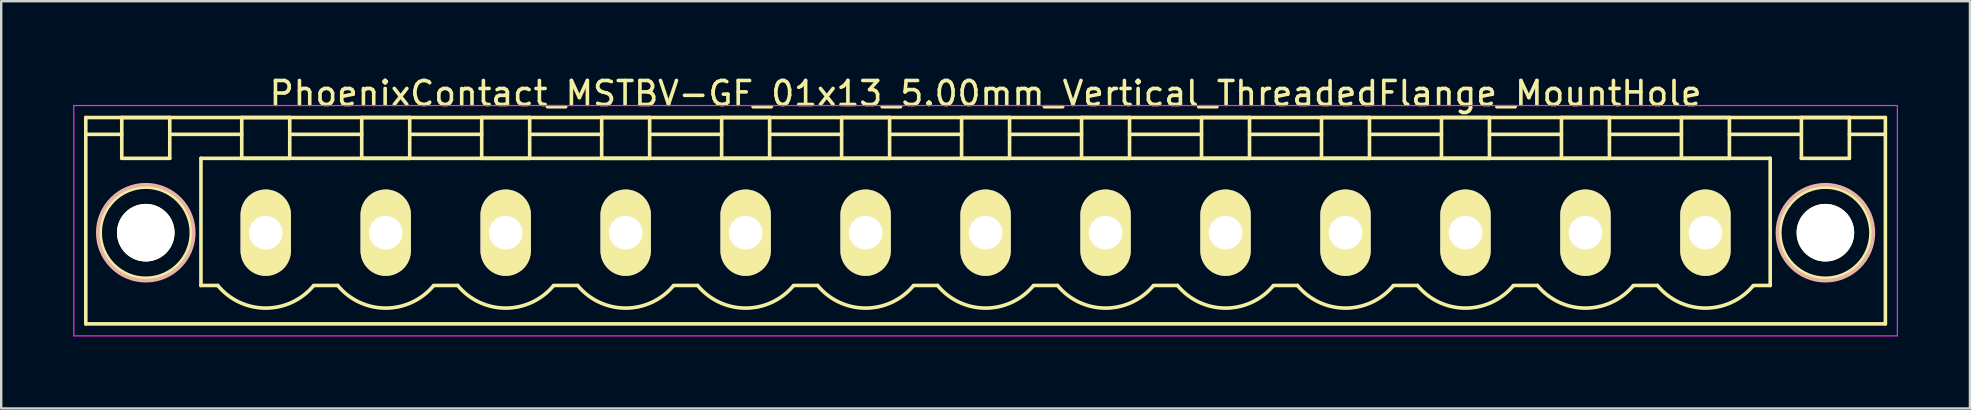
<source format=kicad_pcb>
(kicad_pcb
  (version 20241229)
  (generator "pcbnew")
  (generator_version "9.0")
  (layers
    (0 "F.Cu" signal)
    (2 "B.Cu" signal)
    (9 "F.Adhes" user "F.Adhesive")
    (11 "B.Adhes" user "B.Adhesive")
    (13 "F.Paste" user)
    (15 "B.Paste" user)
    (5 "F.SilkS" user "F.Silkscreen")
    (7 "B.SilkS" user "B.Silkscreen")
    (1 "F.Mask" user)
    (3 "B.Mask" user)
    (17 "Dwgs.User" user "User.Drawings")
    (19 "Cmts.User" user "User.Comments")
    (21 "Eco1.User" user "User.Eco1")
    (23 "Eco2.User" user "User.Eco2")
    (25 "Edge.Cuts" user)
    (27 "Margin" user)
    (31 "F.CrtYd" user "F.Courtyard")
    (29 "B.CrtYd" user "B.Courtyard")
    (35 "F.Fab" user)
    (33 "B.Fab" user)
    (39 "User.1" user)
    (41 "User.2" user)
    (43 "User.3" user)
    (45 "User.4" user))
  (footprint "PhoenixContact_MSTBV-GF_01x13_5.00mm_Vertical_ThreadedFlange_MountHole"
    (layer "F.Cu")
    (at 8.025 6.648)
    (property "Reference" "PhoenixContact_MSTBV-GF_01x13_5.00mm_Vertical_ThreadedFlange_MountHole" (at 30 -5.8 0) (layer "F.SilkS") (effects (font (size 1 1) (thickness 0.15))))
    (attr through_hole)
    (fp_line (start -7.5 -4.8) (end -7.5 3.8) (stroke (width 0.15) (type solid)) (layer "F.SilkS"))
    (fp_line (start -7.5 -4.1) (end -6 -4.1) (stroke (width 0.15) (type solid)) (layer "F.SilkS"))
    (fp_line (start -7.5 3.8) (end 67.5 3.8) (stroke (width 0.15) (type solid)) (layer "F.SilkS"))
    (fp_line (start -6 -4.8) (end -4 -4.8) (stroke (width 0.15) (type solid)) (layer "F.SilkS"))
    (fp_line (start -6 -3.1) (end -6 -4.8) (stroke (width 0.15) (type solid)) (layer "F.SilkS"))
    (fp_line (start -4 -4.8) (end -4 -3.1) (stroke (width 0.15) (type solid)) (layer "F.SilkS"))
    (fp_line (start -4 -4.1) (end -1 -4.1) (stroke (width 0.15) (type solid)) (layer "F.SilkS"))
    (fp_line (start -4 -3.1) (end -6 -3.1) (stroke (width 0.15) (type solid)) (layer "F.SilkS"))
    (fp_line (start -2.7 -3.1) (end 62.7 -3.1) (stroke (width 0.15) (type solid)) (layer "F.SilkS"))
    (fp_line (start -2.7 2.2) (end -2.7 -3.1) (stroke (width 0.15) (type solid)) (layer "F.SilkS"))
    (fp_line (start -2 2.2) (end -2.7 2.2) (stroke (width 0.15) (type solid)) (layer "F.SilkS"))
    (fp_line (start -1 -4.8) (end 1 -4.8) (stroke (width 0.15) (type solid)) (layer "F.SilkS"))
    (fp_line (start -1 -3.1) (end -1 -4.8) (stroke (width 0.15) (type solid)) (layer "F.SilkS"))
    (fp_line (start 1 -4.8) (end 1 -3.1) (stroke (width 0.15) (type solid)) (layer "F.SilkS"))
    (fp_line (start 1 -4.1) (end 4 -4.1) (stroke (width 0.15) (type solid)) (layer "F.SilkS"))
    (fp_line (start 1 -3.1) (end -1 -3.1) (stroke (width 0.15) (type solid)) (layer "F.SilkS"))
    (fp_line (start 2 2.2) (end 3 2.2) (stroke (width 0.15) (type solid)) (layer "F.SilkS"))
    (fp_line (start 4 -4.8) (end 6 -4.8) (stroke (width 0.15) (type solid)) (layer "F.SilkS"))
    (fp_line (start 4 -3.1) (end 4 -4.8) (stroke (width 0.15) (type solid)) (layer "F.SilkS"))
    (fp_line (start 6 -4.8) (end 6 -3.1) (stroke (width 0.15) (type solid)) (layer "F.SilkS"))
    (fp_line (start 6 -4.1) (end 9 -4.1) (stroke (width 0.15) (type solid)) (layer "F.SilkS"))
    (fp_line (start 6 -3.1) (end 4 -3.1) (stroke (width 0.15) (type solid)) (layer "F.SilkS"))
    (fp_line (start 7 2.2) (end 8 2.2) (stroke (width 0.15) (type solid)) (layer "F.SilkS"))
    (fp_line (start 9 -4.8) (end 11 -4.8) (stroke (width 0.15) (type solid)) (layer "F.SilkS"))
    (fp_line (start 9 -3.1) (end 9 -4.8) (stroke (width 0.15) (type solid)) (layer "F.SilkS"))
    (fp_line (start 11 -4.8) (end 11 -3.1) (stroke (width 0.15) (type solid)) (layer "F.SilkS"))
    (fp_line (start 11 -4.1) (end 14 -4.1) (stroke (width 0.15) (type solid)) (layer "F.SilkS"))
    (fp_line (start 11 -3.1) (end 9 -3.1) (stroke (width 0.15) (type solid)) (layer "F.SilkS"))
    (fp_line (start 12 2.2) (end 13 2.2) (stroke (width 0.15) (type solid)) (layer "F.SilkS"))
    (fp_line (start 14 -4.8) (end 16 -4.8) (stroke (width 0.15) (type solid)) (layer "F.SilkS"))
    (fp_line (start 14 -3.1) (end 14 -4.8) (stroke (width 0.15) (type solid)) (layer "F.SilkS"))
    (fp_line (start 16 -4.8) (end 16 -3.1) (stroke (width 0.15) (type solid)) (layer "F.SilkS"))
    (fp_line (start 16 -4.1) (end 19 -4.1) (stroke (width 0.15) (type solid)) (layer "F.SilkS"))
    (fp_line (start 16 -3.1) (end 14 -3.1) (stroke (width 0.15) (type solid)) (layer "F.SilkS"))
    (fp_line (start 17 2.2) (end 18 2.2) (stroke (width 0.15) (type solid)) (layer "F.SilkS"))
    (fp_line (start 19 -4.8) (end 21 -4.8) (stroke (width 0.15) (type solid)) (layer "F.SilkS"))
    (fp_line (start 19 -3.1) (end 19 -4.8) (stroke (width 0.15) (type solid)) (layer "F.SilkS"))
    (fp_line (start 21 -4.8) (end 21 -3.1) (stroke (width 0.15) (type solid)) (layer "F.SilkS"))
    (fp_line (start 21 -4.1) (end 24 -4.1) (stroke (width 0.15) (type solid)) (layer "F.SilkS"))
    (fp_line (start 21 -3.1) (end 19 -3.1) (stroke (width 0.15) (type solid)) (layer "F.SilkS"))
    (fp_line (start 22 2.2) (end 23 2.2) (stroke (width 0.15) (type solid)) (layer "F.SilkS"))
    (fp_line (start 24 -4.8) (end 26 -4.8) (stroke (width 0.15) (type solid)) (layer "F.SilkS"))
    (fp_line (start 24 -3.1) (end 24 -4.8) (stroke (width 0.15) (type solid)) (layer "F.SilkS"))
    (fp_line (start 26 -4.8) (end 26 -3.1) (stroke (width 0.15) (type solid)) (layer "F.SilkS"))
    (fp_line (start 26 -4.1) (end 29 -4.1) (stroke (width 0.15) (type solid)) (layer "F.SilkS"))
    (fp_line (start 26 -3.1) (end 24 -3.1) (stroke (width 0.15) (type solid)) (layer "F.SilkS"))
    (fp_line (start 27 2.2) (end 28 2.2) (stroke (width 0.15) (type solid)) (layer "F.SilkS"))
    (fp_line (start 29 -4.8) (end 31 -4.8) (stroke (width 0.15) (type solid)) (layer "F.SilkS"))
    (fp_line (start 29 -3.1) (end 29 -4.8) (stroke (width 0.15) (type solid)) (layer "F.SilkS"))
    (fp_line (start 31 -4.8) (end 31 -3.1) (stroke (width 0.15) (type solid)) (layer "F.SilkS"))
    (fp_line (start 31 -4.1) (end 34 -4.1) (stroke (width 0.15) (type solid)) (layer "F.SilkS"))
    (fp_line (start 31 -3.1) (end 29 -3.1) (stroke (width 0.15) (type solid)) (layer "F.SilkS"))
    (fp_line (start 32 2.2) (end 33 2.2) (stroke (width 0.15) (type solid)) (layer "F.SilkS"))
    (fp_line (start 34 -4.8) (end 36 -4.8) (stroke (width 0.15) (type solid)) (layer "F.SilkS"))
    (fp_line (start 34 -3.1) (end 34 -4.8) (stroke (width 0.15) (type solid)) (layer "F.SilkS"))
    (fp_line (start 36 -4.8) (end 36 -3.1) (stroke (width 0.15) (type solid)) (layer "F.SilkS"))
    (fp_line (start 36 -4.1) (end 39 -4.1) (stroke (width 0.15) (type solid)) (layer "F.SilkS"))
    (fp_line (start 36 -3.1) (end 34 -3.1) (stroke (width 0.15) (type solid)) (layer "F.SilkS"))
    (fp_line (start 37 2.2) (end 38 2.2) (stroke (width 0.15) (type solid)) (layer "F.SilkS"))
    (fp_line (start 39 -4.8) (end 41 -4.8) (stroke (width 0.15) (type solid)) (layer "F.SilkS"))
    (fp_line (start 39 -3.1) (end 39 -4.8) (stroke (width 0.15) (type solid)) (layer "F.SilkS"))
    (fp_line (start 41 -4.8) (end 41 -3.1) (stroke (width 0.15) (type solid)) (layer "F.SilkS"))
    (fp_line (start 41 -4.1) (end 44 -4.1) (stroke (width 0.15) (type solid)) (layer "F.SilkS"))
    (fp_line (start 41 -3.1) (end 39 -3.1) (stroke (width 0.15) (type solid)) (layer "F.SilkS"))
    (fp_line (start 42 2.2) (end 43 2.2) (stroke (width 0.15) (type solid)) (layer "F.SilkS"))
    (fp_line (start 44 -4.8) (end 46 -4.8) (stroke (width 0.15) (type solid)) (layer "F.SilkS"))
    (fp_line (start 44 -3.1) (end 44 -4.8) (stroke (width 0.15) (type solid)) (layer "F.SilkS"))
    (fp_line (start 46 -4.8) (end 46 -3.1) (stroke (width 0.15) (type solid)) (layer "F.SilkS"))
    (fp_line (start 46 -4.1) (end 49 -4.1) (stroke (width 0.15) (type solid)) (layer "F.SilkS"))
    (fp_line (start 46 -3.1) (end 44 -3.1) (stroke (width 0.15) (type solid)) (layer "F.SilkS"))
    (fp_line (start 47 2.2) (end 48 2.2) (stroke (width 0.15) (type solid)) (layer "F.SilkS"))
    (fp_line (start 49 -4.8) (end 51 -4.8) (stroke (width 0.15) (type solid)) (layer "F.SilkS"))
    (fp_line (start 49 -3.1) (end 49 -4.8) (stroke (width 0.15) (type solid)) (layer "F.SilkS"))
    (fp_line (start 51 -4.8) (end 51 -3.1) (stroke (width 0.15) (type solid)) (layer "F.SilkS"))
    (fp_line (start 51 -4.1) (end 54 -4.1) (stroke (width 0.15) (type solid)) (layer "F.SilkS"))
    (fp_line (start 51 -3.1) (end 49 -3.1) (stroke (width 0.15) (type solid)) (layer "F.SilkS"))
    (fp_line (start 52 2.2) (end 53 2.2) (stroke (width 0.15) (type solid)) (layer "F.SilkS"))
    (fp_line (start 54 -4.8) (end 56 -4.8) (stroke (width 0.15) (type solid)) (layer "F.SilkS"))
    (fp_line (start 54 -3.1) (end 54 -4.8) (stroke (width 0.15) (type solid)) (layer "F.SilkS"))
    (fp_line (start 56 -4.8) (end 56 -3.1) (stroke (width 0.15) (type solid)) (layer "F.SilkS"))
    (fp_line (start 56 -4.1) (end 59 -4.1) (stroke (width 0.15) (type solid)) (layer "F.SilkS"))
    (fp_line (start 56 -3.1) (end 54 -3.1) (stroke (width 0.15) (type solid)) (layer "F.SilkS"))
    (fp_line (start 57 2.2) (end 58 2.2) (stroke (width 0.15) (type solid)) (layer "F.SilkS"))
    (fp_line (start 59 -4.8) (end 61 -4.8) (stroke (width 0.15) (type solid)) (layer "F.SilkS"))
    (fp_line (start 59 -3.1) (end 59 -4.8) (stroke (width 0.15) (type solid)) (layer "F.SilkS"))
    (fp_line (start 61 -4.8) (end 61 -3.1) (stroke (width 0.15) (type solid)) (layer "F.SilkS"))
    (fp_line (start 61 -4.1) (end 64 -4.1) (stroke (width 0.15) (type solid)) (layer "F.SilkS"))
    (fp_line (start 61 -3.1) (end 59 -3.1) (stroke (width 0.15) (type solid)) (layer "F.SilkS"))
    (fp_line (start 62.7 -3.1) (end 62.7 2.2) (stroke (width 0.15) (type solid)) (layer "F.SilkS"))
    (fp_line (start 62.7 2.2) (end 62 2.2) (stroke (width 0.15) (type solid)) (layer "F.SilkS"))
    (fp_line (start 64 -4.8) (end 66 -4.8) (stroke (width 0.15) (type solid)) (layer "F.SilkS"))
    (fp_line (start 64 -3.1) (end 64 -4.8) (stroke (width 0.15) (type solid)) (layer "F.SilkS"))
    (fp_line (start 66 -4.8) (end 66 -3.1) (stroke (width 0.15) (type solid)) (layer "F.SilkS"))
    (fp_line (start 66 -3.1) (end 64 -3.1) (stroke (width 0.15) (type solid)) (layer "F.SilkS"))
    (fp_line (start 67.5 -4.8) (end -7.5 -4.8) (stroke (width 0.15) (type solid)) (layer "F.SilkS"))
    (fp_line (start 67.5 -4.1) (end 66 -4.1) (stroke (width 0.15) (type solid)) (layer "F.SilkS"))
    (fp_line (start 67.5 3.8) (end 67.5 -4.8) (stroke (width 0.15) (type solid)) (layer "F.SilkS"))
    (fp_arc (start 1.986842 2.215821) (mid -0.010289 3.142758) (end -2 2.2) (stroke (width 0.15) (type solid)) (layer "F.SilkS"))
    (fp_arc (start 6.986842 2.215821) (mid 4.989711 3.142758) (end 3 2.2) (stroke (width 0.15) (type solid)) (layer "F.SilkS"))
    (fp_arc (start 11.986842 2.215821) (mid 9.989711 3.142758) (end 8 2.2) (stroke (width 0.15) (type solid)) (layer "F.SilkS"))
    (fp_arc (start 16.986842 2.215821) (mid 14.989711 3.142758) (end 13 2.2) (stroke (width 0.15) (type solid)) (layer "F.SilkS"))
    (fp_arc (start 21.986842 2.215821) (mid 19.989711 3.142758) (end 18 2.2) (stroke (width 0.15) (type solid)) (layer "F.SilkS"))
    (fp_arc (start 26.986842 2.215821) (mid 24.989711 3.142758) (end 23 2.2) (stroke (width 0.15) (type solid)) (layer "F.SilkS"))
    (fp_arc (start 31.986842 2.215821) (mid 29.989711 3.142758) (end 28 2.2) (stroke (width 0.15) (type solid)) (layer "F.SilkS"))
    (fp_arc (start 36.986842 2.215821) (mid 34.989711 3.142758) (end 33 2.2) (stroke (width 0.15) (type solid)) (layer "F.SilkS"))
    (fp_arc (start 41.986842 2.215821) (mid 39.989711 3.142758) (end 38 2.2) (stroke (width 0.15) (type solid)) (layer "F.SilkS"))
    (fp_arc (start 46.986842 2.215821) (mid 44.989711 3.142758) (end 43 2.2) (stroke (width 0.15) (type solid)) (layer "F.SilkS"))
    (fp_arc (start 51.986842 2.215821) (mid 49.989711 3.142758) (end 48 2.2) (stroke (width 0.15) (type solid)) (layer "F.SilkS"))
    (fp_arc (start 56.986842 2.215821) (mid 54.989711 3.142758) (end 53 2.2) (stroke (width 0.15) (type solid)) (layer "F.SilkS"))
    (fp_arc (start 61.986842 2.215821) (mid 59.989711 3.142758) (end 58 2.2) (stroke (width 0.15) (type solid)) (layer "F.SilkS"))
    (fp_circle (center -5 0) (end -4 0) (stroke (width 0.15) (type solid)) (fill no) (layer "F.SilkS"))
    (fp_circle (center -5 0) (end -3.1 0) (stroke (width 0.15) (type solid)) (fill no) (layer "F.SilkS"))
    (fp_circle (center 65 0) (end 66 0) (stroke (width 0.15) (type solid)) (fill no) (layer "F.SilkS"))
    (fp_circle (center 65 0) (end 66.9 0) (stroke (width 0.15) (type solid)) (fill no) (layer "F.SilkS"))
    (fp_circle (center -5 0) (end -3 0) (stroke (width 0.15) (type solid)) (fill no) (layer "B.SilkS"))
    (fp_circle (center 65 0) (end 67 0) (stroke (width 0.15) (type solid)) (fill no) (layer "B.SilkS"))
    (fp_line (start -8 -5.3) (end -8 4.3) (stroke (width 0.05) (type solid)) (layer "F.CrtYd"))
    (fp_line (start -8 4.3) (end 68 4.3) (stroke (width 0.05) (type solid)) (layer "F.CrtYd"))
    (fp_line (start 68 -5.3) (end -8 -5.3) (stroke (width 0.05) (type solid)) (layer "F.CrtYd"))
    (fp_line (start 68 4.3) (end 68 -5.3) (stroke (width 0.05) (type solid)) (layer "F.CrtYd"))
    (pad "" np_thru_hole circle (at -5 0) (size 2.4 2.4) (drill 2.4) (layers "*.Cu" "*.Mask" "F.SilkS"))
    (pad "" np_thru_hole circle (at 65 0) (size 2.4 2.4) (drill 2.4) (layers "*.Cu" "*.Mask" "F.SilkS"))
    (pad "1" thru_hole oval (at 0 0) (size 2.1 3.6) (drill 1.4) (layers "*.Cu" "*.Mask" "F.SilkS"))
    (pad "2" thru_hole oval (at 5 0) (size 2.1 3.6) (drill 1.4) (layers "*.Cu" "*.Mask" "F.SilkS"))
    (pad "3" thru_hole oval (at 10 0) (size 2.1 3.6) (drill 1.4) (layers "*.Cu" "*.Mask" "F.SilkS"))
    (pad "4" thru_hole oval (at 15 0) (size 2.1 3.6) (drill 1.4) (layers "*.Cu" "*.Mask" "F.SilkS"))
    (pad "5" thru_hole oval (at 20 0) (size 2.1 3.6) (drill 1.4) (layers "*.Cu" "*.Mask" "F.SilkS"))
    (pad "6" thru_hole oval (at 25 0) (size 2.1 3.6) (drill 1.4) (layers "*.Cu" "*.Mask" "F.SilkS"))
    (pad "7" thru_hole oval (at 30 0) (size 2.1 3.6) (drill 1.4) (layers "*.Cu" "*.Mask" "F.SilkS"))
    (pad "8" thru_hole oval (at 35 0) (size 2.1 3.6) (drill 1.4) (layers "*.Cu" "*.Mask" "F.SilkS"))
    (pad "9" thru_hole oval (at 40 0) (size 2.1 3.6) (drill 1.4) (layers "*.Cu" "*.Mask" "F.SilkS"))
    (pad "10" thru_hole oval (at 45 0) (size 2.1 3.6) (drill 1.4) (layers "*.Cu" "*.Mask" "F.SilkS"))
    (pad "11" thru_hole oval (at 50 0) (size 2.1 3.6) (drill 1.4) (layers "*.Cu" "*.Mask" "F.SilkS"))
    (pad "12" thru_hole oval (at 55 0) (size 2.1 3.6) (drill 1.4) (layers "*.Cu" "*.Mask" "F.SilkS"))
    (pad "13" thru_hole oval (at 60 0) (size 2.1 3.6) (drill 1.4) (layers "*.Cu" "*.Mask" "F.SilkS")))
  (gr_rect
    (start -3 -3)
    (end 79.05 13.973)
    (stroke (width 0.1) (type default))
    (fill no)
    (layer "Edge.Cuts")))
</source>
